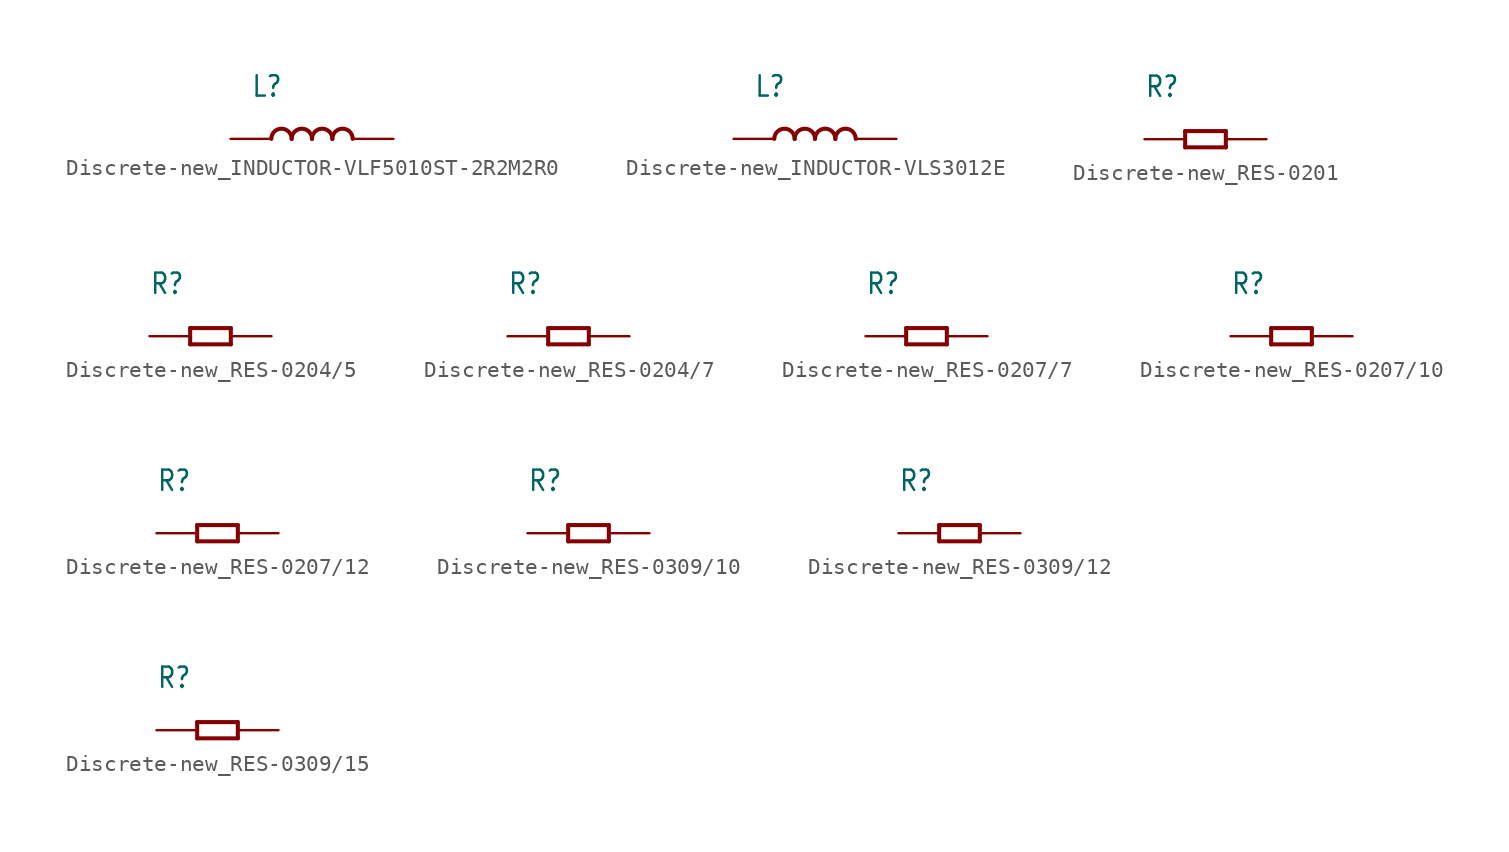
<source format=kicad_sym>
(kicad_symbol_lib
  (version 20231120)
  (generator "kicad_symbol_editor")
  (generator_version "8.0")
  (symbol "Discrete-new_INDUCTOR-VLF5010ST-2R2M2R0"
    (property "Reference" "L"
      (at -3.81 2.54 0)
      (effects (font (size 1.27 1.079)) (justify left bottom)))
    (property "Value" ""
      (at -3.81 1.27 0)
      (effects (font (size 1.27 1.079)) (justify left bottom)))
    (property "ki_locked" ""
      (at 0 0 0)
      (effects (font (size 1.27 1.27))))
    (symbol "Discrete-new_INDUCTOR-VLF5010ST-2R2M2R0_1_0"
      (arc (start -1.27 0) (mid -1.905 0.635) (end -2.54 0) (stroke (width 0.254) (type solid)) (fill (type none)))
      (arc (start 0 0) (mid -0.635 0.635) (end -1.27 0) (stroke (width 0.254) (type solid)) (fill (type none)))
      (arc (start 1.27 0) (mid 0.635 0.635) (end 0 0) (stroke (width 0.254) (type solid)) (fill (type none)))
      (arc (start 2.54 0) (mid 1.905 0.635) (end 1.27 0) (stroke (width 0.254) (type solid)) (fill (type none)))
      (pin passive line (at -5.08 0 0) (length 2.54) (name "1" (effects (font (size 0 0)))) (number "1" (effects (font (size 0 0)))))
      (pin passive line (at 5.08 0 180) (length 2.54) (name "2" (effects (font (size 0 0)))) (number "2" (effects (font (size 0 0)))))))
  (symbol "Discrete-new_INDUCTOR-VLS3012E"
    (property "Reference" "L"
      (at -3.81 2.54 0)
      (effects (font (size 1.27 1.079)) (justify left bottom)))
    (property "Value" ""
      (at -3.81 1.27 0)
      (effects (font (size 1.27 1.079)) (justify left bottom)))
    (property "ki_locked" ""
      (at 0 0 0)
      (effects (font (size 1.27 1.27))))
    (symbol "Discrete-new_INDUCTOR-VLS3012E_1_0"
      (arc (start -1.27 0) (mid -1.905 0.635) (end -2.54 0) (stroke (width 0.254) (type solid)) (fill (type none)))
      (arc (start 0 0) (mid -0.635 0.635) (end -1.27 0) (stroke (width 0.254) (type solid)) (fill (type none)))
      (arc (start 1.27 0) (mid 0.635 0.635) (end 0 0) (stroke (width 0.254) (type solid)) (fill (type none)))
      (arc (start 2.54 0) (mid 1.905 0.635) (end 1.27 0) (stroke (width 0.254) (type solid)) (fill (type none)))
      (pin passive line (at -5.08 0 0) (length 2.54) (name "1" (effects (font (size 0 0)))) (number "1" (effects (font (size 0 0)))))
      (pin passive line (at 5.08 0 180) (length 2.54) (name "2" (effects (font (size 0 0)))) (number "2" (effects (font (size 0 0)))))))
  (symbol "Discrete-new_RES-0201"
    (property "Reference" "R"
      (at -3.81 2.54 0)
      (effects (font (size 1.27 1.079)) (justify left bottom)))
    (property "Value" ""
      (at -3.81 1.27 0)
      (effects (font (size 1.27 1.079)) (justify left bottom)))
    (property "ki_locked" ""
      (at 0 0 0)
      (effects (font (size 1.27 1.27))))
    (symbol "Discrete-new_RES-0201_1_0"
      (polyline (pts (xy -1.27 -0.508) (xy -1.27 0.508)) (stroke (width 0.254) (type solid)) (fill (type none)))
      (polyline (pts (xy -1.27 0.508) (xy 1.27 0.508)) (stroke (width 0.254) (type solid)) (fill (type none)))
      (polyline (pts (xy 1.27 -0.508) (xy -1.27 -0.508)) (stroke (width 0.254) (type solid)) (fill (type none)))
      (polyline (pts (xy 1.27 0.508) (xy 1.27 -0.508)) (stroke (width 0.254) (type solid)) (fill (type none)))
      (pin passive line (at -3.81 0 0) (length 2.54) (name "1" (effects (font (size 0 0)))) (number "1" (effects (font (size 0 0)))))
      (pin passive line (at 3.81 0 180) (length 2.54) (name "2" (effects (font (size 0 0)))) (number "2" (effects (font (size 0 0)))))))
  (symbol "Discrete-new_RES-0204/5"
    (property "Reference" "R"
      (at -3.81 2.54 0)
      (effects (font (size 1.27 1.079)) (justify left bottom)))
    (property "Value" ""
      (at -3.81 1.27 0)
      (effects (font (size 1.27 1.079)) (justify left bottom)))
    (property "ki_locked" ""
      (at 0 0 0)
      (effects (font (size 1.27 1.27))))
    (symbol "Discrete-new_RES-0204/5_1_0"
      (polyline (pts (xy -1.27 -0.508) (xy -1.27 0.508)) (stroke (width 0.254) (type solid)) (fill (type none)))
      (polyline (pts (xy -1.27 0.508) (xy 1.27 0.508)) (stroke (width 0.254) (type solid)) (fill (type none)))
      (polyline (pts (xy 1.27 -0.508) (xy -1.27 -0.508)) (stroke (width 0.254) (type solid)) (fill (type none)))
      (polyline (pts (xy 1.27 0.508) (xy 1.27 -0.508)) (stroke (width 0.254) (type solid)) (fill (type none)))
      (pin passive line (at -3.81 0 0) (length 2.54) (name "1" (effects (font (size 0 0)))) (number "1" (effects (font (size 0 0)))))
      (pin passive line (at 3.81 0 180) (length 2.54) (name "2" (effects (font (size 0 0)))) (number "2" (effects (font (size 0 0)))))))
  (symbol "Discrete-new_RES-0204/7"
    (property "Reference" "R"
      (at -3.81 2.54 0)
      (effects (font (size 1.27 1.079)) (justify left bottom)))
    (property "Value" ""
      (at -3.81 1.27 0)
      (effects (font (size 1.27 1.079)) (justify left bottom)))
    (property "ki_locked" ""
      (at 0 0 0)
      (effects (font (size 1.27 1.27))))
    (symbol "Discrete-new_RES-0204/7_1_0"
      (polyline (pts (xy -1.27 -0.508) (xy -1.27 0.508)) (stroke (width 0.254) (type solid)) (fill (type none)))
      (polyline (pts (xy -1.27 0.508) (xy 1.27 0.508)) (stroke (width 0.254) (type solid)) (fill (type none)))
      (polyline (pts (xy 1.27 -0.508) (xy -1.27 -0.508)) (stroke (width 0.254) (type solid)) (fill (type none)))
      (polyline (pts (xy 1.27 0.508) (xy 1.27 -0.508)) (stroke (width 0.254) (type solid)) (fill (type none)))
      (pin passive line (at -3.81 0 0) (length 2.54) (name "1" (effects (font (size 0 0)))) (number "1" (effects (font (size 0 0)))))
      (pin passive line (at 3.81 0 180) (length 2.54) (name "2" (effects (font (size 0 0)))) (number "2" (effects (font (size 0 0)))))))
  (symbol "Discrete-new_RES-0207/7"
    (property "Reference" "R"
      (at -3.81 2.54 0)
      (effects (font (size 1.27 1.079)) (justify left bottom)))
    (property "Value" ""
      (at -3.81 1.27 0)
      (effects (font (size 1.27 1.079)) (justify left bottom)))
    (property "ki_locked" ""
      (at 0 0 0)
      (effects (font (size 1.27 1.27))))
    (symbol "Discrete-new_RES-0207/7_1_0"
      (polyline (pts (xy -1.27 -0.508) (xy -1.27 0.508)) (stroke (width 0.254) (type solid)) (fill (type none)))
      (polyline (pts (xy -1.27 0.508) (xy 1.27 0.508)) (stroke (width 0.254) (type solid)) (fill (type none)))
      (polyline (pts (xy 1.27 -0.508) (xy -1.27 -0.508)) (stroke (width 0.254) (type solid)) (fill (type none)))
      (polyline (pts (xy 1.27 0.508) (xy 1.27 -0.508)) (stroke (width 0.254) (type solid)) (fill (type none)))
      (pin passive line (at -3.81 0 0) (length 2.54) (name "1" (effects (font (size 0 0)))) (number "1" (effects (font (size 0 0)))))
      (pin passive line (at 3.81 0 180) (length 2.54) (name "2" (effects (font (size 0 0)))) (number "2" (effects (font (size 0 0)))))))
  (symbol "Discrete-new_RES-0207/10"
    (property "Reference" "R"
      (at -3.81 2.54 0)
      (effects (font (size 1.27 1.079)) (justify left bottom)))
    (property "Value" ""
      (at -3.81 1.27 0)
      (effects (font (size 1.27 1.079)) (justify left bottom)))
    (property "ki_locked" ""
      (at 0 0 0)
      (effects (font (size 1.27 1.27))))
    (symbol "Discrete-new_RES-0207/10_1_0"
      (polyline (pts (xy -1.27 -0.508) (xy -1.27 0.508)) (stroke (width 0.254) (type solid)) (fill (type none)))
      (polyline (pts (xy -1.27 0.508) (xy 1.27 0.508)) (stroke (width 0.254) (type solid)) (fill (type none)))
      (polyline (pts (xy 1.27 -0.508) (xy -1.27 -0.508)) (stroke (width 0.254) (type solid)) (fill (type none)))
      (polyline (pts (xy 1.27 0.508) (xy 1.27 -0.508)) (stroke (width 0.254) (type solid)) (fill (type none)))
      (pin passive line (at -3.81 0 0) (length 2.54) (name "1" (effects (font (size 0 0)))) (number "1" (effects (font (size 0 0)))))
      (pin passive line (at 3.81 0 180) (length 2.54) (name "2" (effects (font (size 0 0)))) (number "2" (effects (font (size 0 0)))))))
  (symbol "Discrete-new_RES-0207/12"
    (property "Reference" "R"
      (at -3.81 2.54 0)
      (effects (font (size 1.27 1.079)) (justify left bottom)))
    (property "Value" ""
      (at -3.81 1.27 0)
      (effects (font (size 1.27 1.079)) (justify left bottom)))
    (property "ki_locked" ""
      (at 0 0 0)
      (effects (font (size 1.27 1.27))))
    (symbol "Discrete-new_RES-0207/12_1_0"
      (polyline (pts (xy -1.27 -0.508) (xy -1.27 0.508)) (stroke (width 0.254) (type solid)) (fill (type none)))
      (polyline (pts (xy -1.27 0.508) (xy 1.27 0.508)) (stroke (width 0.254) (type solid)) (fill (type none)))
      (polyline (pts (xy 1.27 -0.508) (xy -1.27 -0.508)) (stroke (width 0.254) (type solid)) (fill (type none)))
      (polyline (pts (xy 1.27 0.508) (xy 1.27 -0.508)) (stroke (width 0.254) (type solid)) (fill (type none)))
      (pin passive line (at -3.81 0 0) (length 2.54) (name "1" (effects (font (size 0 0)))) (number "1" (effects (font (size 0 0)))))
      (pin passive line (at 3.81 0 180) (length 2.54) (name "2" (effects (font (size 0 0)))) (number "2" (effects (font (size 0 0)))))))
  (symbol "Discrete-new_RES-0309/10"
    (property "Reference" "R"
      (at -3.81 2.54 0)
      (effects (font (size 1.27 1.079)) (justify left bottom)))
    (property "Value" ""
      (at -3.81 1.27 0)
      (effects (font (size 1.27 1.079)) (justify left bottom)))
    (property "ki_locked" ""
      (at 0 0 0)
      (effects (font (size 1.27 1.27))))
    (symbol "Discrete-new_RES-0309/10_1_0"
      (polyline (pts (xy -1.27 -0.508) (xy -1.27 0.508)) (stroke (width 0.254) (type solid)) (fill (type none)))
      (polyline (pts (xy -1.27 0.508) (xy 1.27 0.508)) (stroke (width 0.254) (type solid)) (fill (type none)))
      (polyline (pts (xy 1.27 -0.508) (xy -1.27 -0.508)) (stroke (width 0.254) (type solid)) (fill (type none)))
      (polyline (pts (xy 1.27 0.508) (xy 1.27 -0.508)) (stroke (width 0.254) (type solid)) (fill (type none)))
      (pin passive line (at -3.81 0 0) (length 2.54) (name "1" (effects (font (size 0 0)))) (number "1" (effects (font (size 0 0)))))
      (pin passive line (at 3.81 0 180) (length 2.54) (name "2" (effects (font (size 0 0)))) (number "2" (effects (font (size 0 0)))))))
  (symbol "Discrete-new_RES-0309/12"
    (property "Reference" "R"
      (at -3.81 2.54 0)
      (effects (font (size 1.27 1.079)) (justify left bottom)))
    (property "Value" ""
      (at -3.81 1.27 0)
      (effects (font (size 1.27 1.079)) (justify left bottom)))
    (property "ki_locked" ""
      (at 0 0 0)
      (effects (font (size 1.27 1.27))))
    (symbol "Discrete-new_RES-0309/12_1_0"
      (polyline (pts (xy -1.27 -0.508) (xy -1.27 0.508)) (stroke (width 0.254) (type solid)) (fill (type none)))
      (polyline (pts (xy -1.27 0.508) (xy 1.27 0.508)) (stroke (width 0.254) (type solid)) (fill (type none)))
      (polyline (pts (xy 1.27 -0.508) (xy -1.27 -0.508)) (stroke (width 0.254) (type solid)) (fill (type none)))
      (polyline (pts (xy 1.27 0.508) (xy 1.27 -0.508)) (stroke (width 0.254) (type solid)) (fill (type none)))
      (pin passive line (at -3.81 0 0) (length 2.54) (name "1" (effects (font (size 0 0)))) (number "1" (effects (font (size 0 0)))))
      (pin passive line (at 3.81 0 180) (length 2.54) (name "2" (effects (font (size 0 0)))) (number "2" (effects (font (size 0 0)))))))
  (symbol "Discrete-new_RES-0309/15"
    (property "Reference" "R"
      (at -3.81 2.54 0)
      (effects (font (size 1.27 1.079)) (justify left bottom)))
    (property "Value" ""
      (at -3.81 1.27 0)
      (effects (font (size 1.27 1.079)) (justify left bottom)))
    (property "ki_locked" ""
      (at 0 0 0)
      (effects (font (size 1.27 1.27))))
    (symbol "Discrete-new_RES-0309/15_1_0"
      (polyline (pts (xy -1.27 -0.508) (xy -1.27 0.508)) (stroke (width 0.254) (type solid)) (fill (type none)))
      (polyline (pts (xy -1.27 0.508) (xy 1.27 0.508)) (stroke (width 0.254) (type solid)) (fill (type none)))
      (polyline (pts (xy 1.27 -0.508) (xy -1.27 -0.508)) (stroke (width 0.254) (type solid)) (fill (type none)))
      (polyline (pts (xy 1.27 0.508) (xy 1.27 -0.508)) (stroke (width 0.254) (type solid)) (fill (type none)))
      (pin passive line (at -3.81 0 0) (length 2.54) (name "1" (effects (font (size 0 0)))) (number "1" (effects (font (size 0 0)))))
      (pin passive line (at 3.81 0 180) (length 2.54) (name "2" (effects (font (size 0 0)))) (number "2" (effects (font (size 0 0))))))))
</source>
